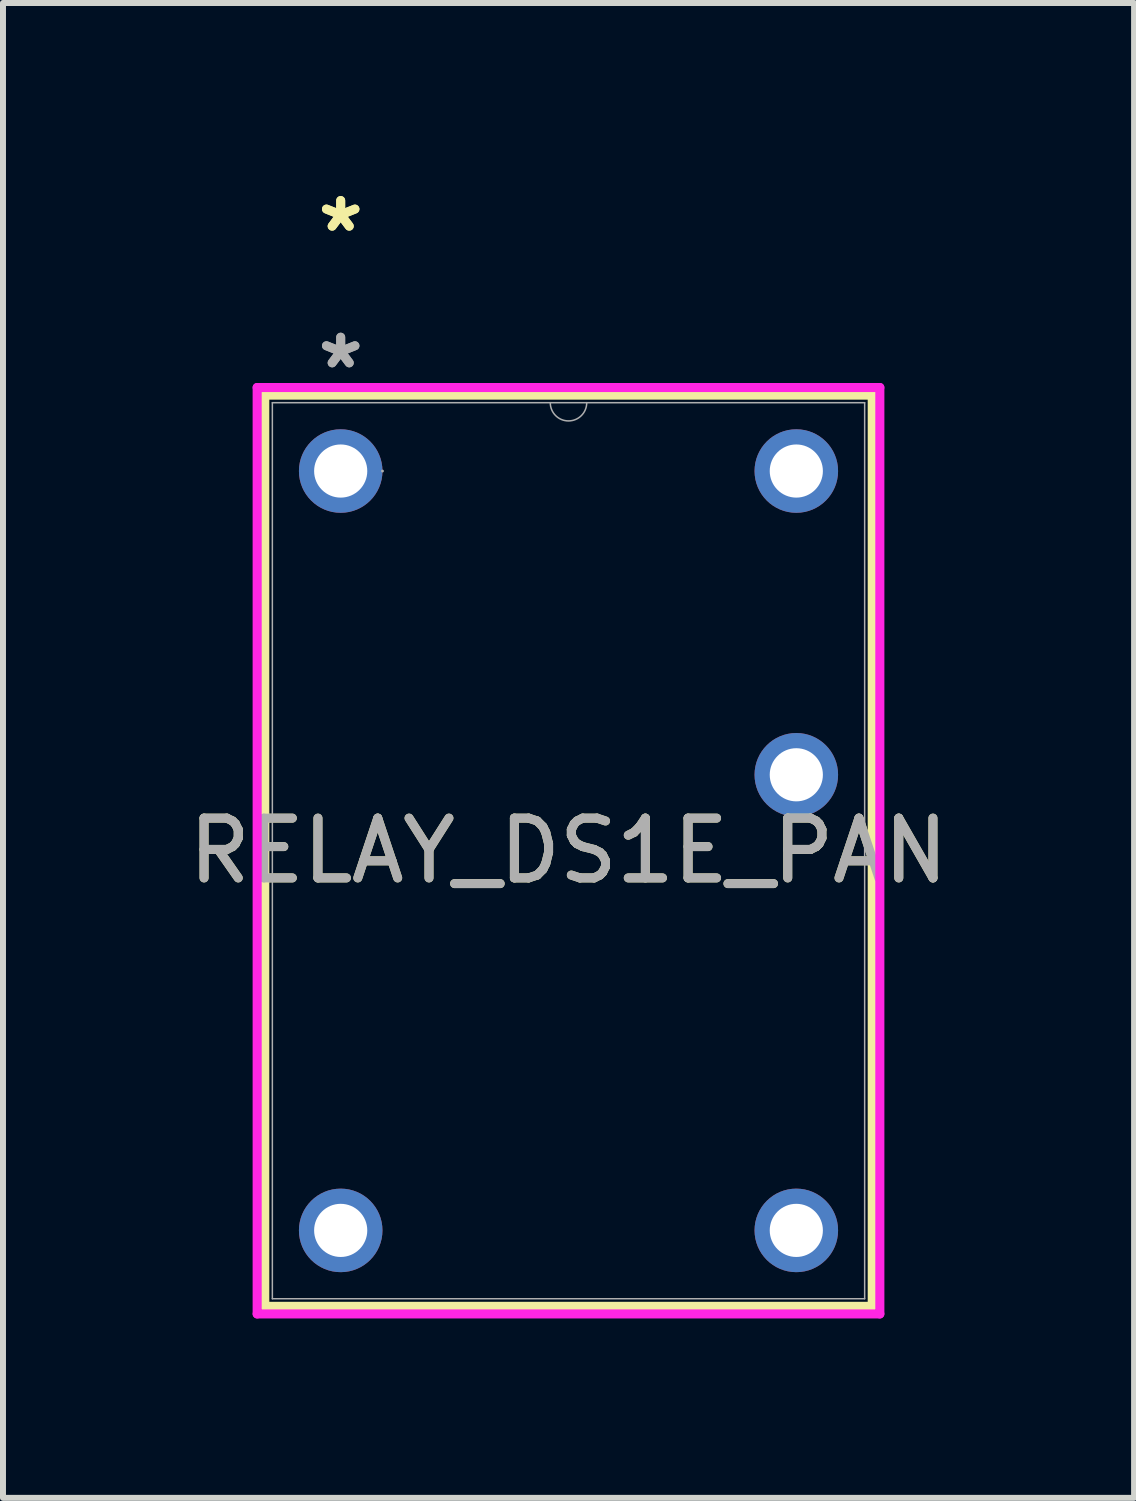
<source format=kicad_pcb>
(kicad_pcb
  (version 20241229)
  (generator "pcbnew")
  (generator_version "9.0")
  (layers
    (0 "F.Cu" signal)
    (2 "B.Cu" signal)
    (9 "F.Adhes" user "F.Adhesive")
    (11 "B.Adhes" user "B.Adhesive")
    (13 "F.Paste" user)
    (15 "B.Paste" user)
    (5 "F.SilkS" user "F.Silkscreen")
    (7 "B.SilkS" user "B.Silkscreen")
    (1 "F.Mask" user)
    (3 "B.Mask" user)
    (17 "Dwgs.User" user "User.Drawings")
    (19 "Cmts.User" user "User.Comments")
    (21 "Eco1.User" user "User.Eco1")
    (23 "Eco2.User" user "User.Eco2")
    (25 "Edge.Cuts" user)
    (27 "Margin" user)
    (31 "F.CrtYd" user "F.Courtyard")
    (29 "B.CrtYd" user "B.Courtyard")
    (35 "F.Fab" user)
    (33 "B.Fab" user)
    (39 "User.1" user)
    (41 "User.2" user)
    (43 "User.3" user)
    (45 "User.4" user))
  (footprint "RELAY_DS1E_PAN"
    (layer "F.Cu")
    (at 2.648 4.828)
    (property "Reference" "RELAY_DS1E_PAN" (at 3.81 6.35 0) (unlocked yes) (layer "F.SilkS") (effects (font (size 1 1) (thickness 0.15))))
    (attr through_hole)
    (fp_line (start -1.27 -1.27) (end -1.27 13.97) (stroke (width 0.152) (type solid)) (layer "F.SilkS"))
    (fp_line (start -1.27 13.97) (end 8.89 13.97) (stroke (width 0.152) (type solid)) (layer "F.SilkS"))
    (fp_line (start 8.89 -1.27) (end -1.27 -1.27) (stroke (width 0.152) (type solid)) (layer "F.SilkS"))
    (fp_line (start 8.89 13.97) (end 8.89 -1.27) (stroke (width 0.152) (type solid)) (layer "F.SilkS"))
    (fp_line (start -1.397 -1.397) (end 9.017 -1.397) (stroke (width 0.152) (type solid)) (layer "F.CrtYd"))
    (fp_line (start -1.397 14.097) (end -1.397 -1.397) (stroke (width 0.152) (type solid)) (layer "F.CrtYd"))
    (fp_line (start 9.017 -1.397) (end 9.017 14.097) (stroke (width 0.152) (type solid)) (layer "F.CrtYd"))
    (fp_line (start 9.017 14.097) (end -1.397 14.097) (stroke (width 0.152) (type solid)) (layer "F.CrtYd"))
    (fp_line (start -1.143 -1.143) (end -1.143 13.843) (stroke (width 0.025) (type solid)) (layer "F.Fab"))
    (fp_line (start -1.143 13.843) (end 8.763 13.843) (stroke (width 0.025) (type solid)) (layer "F.Fab"))
    (fp_line (start 8.763 -1.143) (end -1.143 -1.143) (stroke (width 0.025) (type solid)) (layer "F.Fab"))
    (fp_line (start 8.763 13.843) (end 8.763 -1.143) (stroke (width 0.025) (type solid)) (layer "F.Fab"))
    (fp_arc (start 4.1148 -1.143) (mid 3.81 -0.8382) (end 3.5052 -1.143) (stroke (width 0.0254) (type solid)) (layer "F.Fab"))
    (fp_circle (center 0.699 0) (end 0.699 0) (stroke (width 0.025) (type solid)) (fill no) (layer "F.Fab"))
    (fp_text user "*" (at 0 -3.979 0) (unlocked yes) (layer "F.SilkS") (effects (font (size 1 1) (thickness 0.15))))
    (fp_text user "*" (at 0 -3.979 0) (layer "F.SilkS") (effects (font (size 1 1) (thickness 0.15))))
    (fp_text user "*" (at 0 -1.693 0) (layer "F.Fab") (effects (font (size 1 1) (thickness 0.15))))
    (fp_text user "${REFERENCE}" (at 3.81 6.35 0) (unlocked yes) (layer "F.Fab") (effects (font (size 1 1) (thickness 0.15))))
    (fp_text user "*" (at 0 -1.693 0) (unlocked yes) (layer "F.Fab") (effects (font (size 1 1) (thickness 0.15))))
    (pad "1" thru_hole circle (at 0 0) (size 1.397 1.397) (drill 0.889) (layers "*.Cu" "*.Mask"))
    (pad "6" thru_hole circle (at 0 12.7) (size 1.397 1.397) (drill 0.889) (layers "*.Cu" "*.Mask"))
    (pad "7" thru_hole circle (at 7.62 12.7) (size 1.397 1.397) (drill 0.889) (layers "*.Cu" "*.Mask"))
    (pad "10" thru_hole circle (at 7.62 5.08) (size 1.397 1.397) (drill 0.889) (layers "*.Cu" "*.Mask"))
    (pad "12" thru_hole circle (at 7.62 0) (size 1.397 1.397) (drill 0.889) (layers "*.Cu" "*.Mask")))
  (gr_rect
    (start -3 -3)
    (end 15.917 22.001)
    (stroke (width 0.1) (type default))
    (fill no)
    (layer "Edge.Cuts")))
</source>
